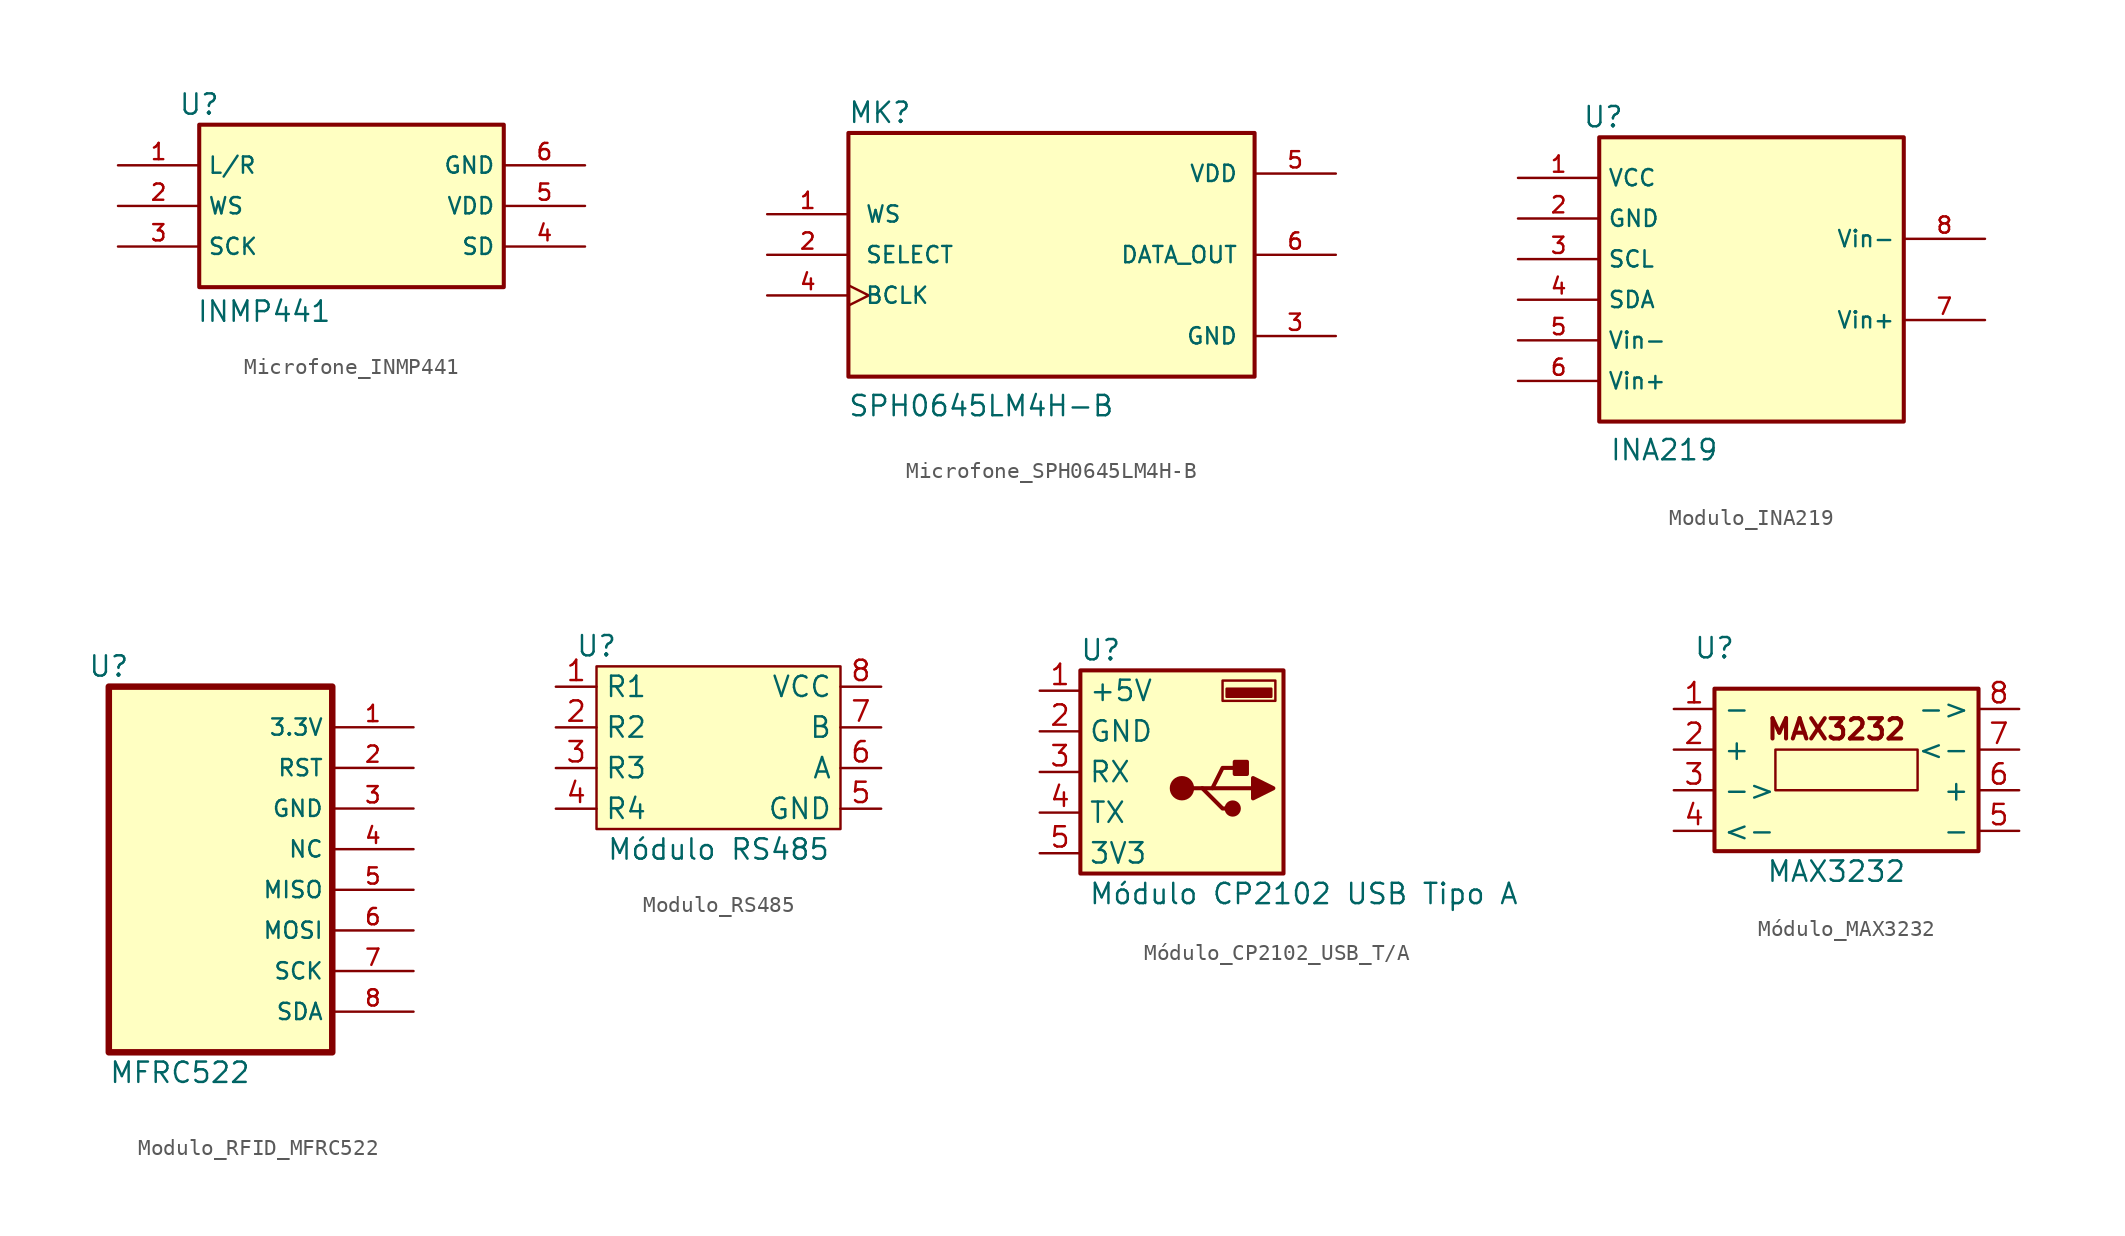
<source format=kicad_sym>
(kicad_symbol_lib
  (version 20231120)
  (generator "kicad_symbol_editor")
  (generator_version "8.0")
  (symbol "Microfone_INMP441"
    (property "Reference" "U"
      (at 0 0 0)
      (effects (font (size 1.27 1.27))))
    (property "Value" "INMP441"
      (at 4.064 -12.954 0)
      (effects (font (size 1.27 1.27))))
    (symbol "Microfone_INMP441_0_0"
      (rectangle (start 0 -1.27) (end 19.05 -11.43) (stroke (width 0.254) (type default)) (fill (type background))))
    (symbol "Microfone_INMP441_1_0"
      (pin bidirectional line (at -5.08 -3.81 0) (length 5.08) (name "L/R" (effects (font (size 1.016 1.016)))) (number "1" (effects (font (size 1.016 1.016)))))
      (pin bidirectional line (at -5.08 -6.35 0) (length 5.08) (name "WS" (effects (font (size 1.016 1.016)))) (number "2" (effects (font (size 1.016 1.016)))))
      (pin bidirectional line (at -5.08 -8.89 0) (length 5.08) (name "SCK" (effects (font (size 1.016 1.016)))) (number "3" (effects (font (size 1.016 1.016)))))
      (pin bidirectional line (at 24.13 -8.89 180) (length 5.08) (name "SD" (effects (font (size 1.016 1.016)))) (number "4" (effects (font (size 1.016 1.016)))))
      (pin power_in line (at 24.13 -6.35 180) (length 5.08) (name "VDD" (effects (font (size 1.016 1.016)))) (number "5" (effects (font (size 1.016 1.016)))))
      (pin power_out line (at 24.13 -3.81 180) (length 5.08) (name "GND" (effects (font (size 1.016 1.016)))) (number "6" (effects (font (size 1.016 1.016)))))))
  (symbol "Microfone_SPH0645LM4H-B"
    (pin_names
      (offset 1.016))
    (property "Reference" "MK"
      (at -12.74 8.147 0)
      (effects (font (size 1.27 1.27)) (justify left bottom)))
    (property "Value" "SPH0645LM4H-B"
      (at -12.747 -10.193 0)
      (effects (font (size 1.27 1.27)) (justify left bottom)))
    (symbol "Microfone_SPH0645LM4H-B_0_0"
      (rectangle (start -12.7 -7.62) (end 12.7 7.62) (stroke (width 0.254) (type default)) (fill (type background)))
      (pin input line (at -17.78 2.54 0) (length 5.08) (name "WS" (effects (font (size 1.016 1.016)))) (number "1" (effects (font (size 1.016 1.016)))))
      (pin input line (at -17.78 0 0) (length 5.08) (name "SELECT" (effects (font (size 1.016 1.016)))) (number "2" (effects (font (size 1.016 1.016)))))
      (pin power_in line (at 17.78 -5.08 180) (length 5.08) (name "GND" (effects (font (size 1.016 1.016)))) (number "3" (effects (font (size 1.016 1.016)))))
      (pin input clock (at -17.78 -2.54 0) (length 5.08) (name "BCLK" (effects (font (size 1.016 1.016)))) (number "4" (effects (font (size 1.016 1.016)))))
      (pin power_in line (at 17.78 5.08 180) (length 5.08) (name "VDD" (effects (font (size 1.016 1.016)))) (number "5" (effects (font (size 1.016 1.016)))))
      (pin output line (at 17.78 0 180) (length 5.08) (name "DATA_OUT" (effects (font (size 1.016 1.016)))) (number "6" (effects (font (size 1.016 1.016)))))))
  (symbol "Modulo_INA219"
    (property "Reference" "U"
      (at 1.524 0 0)
      (effects (font (size 1.27 1.27))))
    (property "Value" "INA219"
      (at 5.334 -20.828 0)
      (effects (font (size 1.27 1.27))))
    (symbol "Modulo_INA219_0_0"
      (rectangle (start 1.27 -1.27) (end 20.32 -19.05) (stroke (width 0.254) (type default)) (fill (type background))))
    (symbol "Modulo_INA219_1_0"
      (pin power_in line (at -3.81 -3.81 0) (length 5.08) (name "VCC" (effects (font (size 1.016 1.016)))) (number "1" (effects (font (size 1.016 1.016)))))
      (pin power_out line (at -3.81 -6.35 0) (length 5.08) (name "GND" (effects (font (size 1.016 1.016)))) (number "2" (effects (font (size 1.016 1.016)))))
      (pin bidirectional line (at -3.81 -8.89 0) (length 5.08) (name "SCL" (effects (font (size 1.016 1.016)))) (number "3" (effects (font (size 1.016 1.016)))))
      (pin bidirectional line (at -3.81 -11.43 0) (length 5.08) (name "SDA" (effects (font (size 1.016 1.016)))) (number "4" (effects (font (size 1.016 1.016)))))
      (pin output line (at -3.81 -13.97 0) (length 5.08) (name "Vin-" (effects (font (size 1.016 1.016)))) (number "5" (effects (font (size 1.016 1.016)))))
      (pin input line (at -3.81 -16.51 0) (length 5.08) (name "Vin+" (effects (font (size 1.016 1.016)))) (number "6" (effects (font (size 1.016 1.016)))))
      (pin input line (at 25.4 -12.7 180) (length 5.08) (name "Vin+" (effects (font (size 1.016 1.016)))) (number "7" (effects (font (size 1.016 1.016)))))
      (pin output line (at 25.4 -7.62 180) (length 5.08) (name "Vin-" (effects (font (size 1.016 1.016)))) (number "8" (effects (font (size 1.016 1.016)))))))
  (symbol "Modulo_RFID_MFRC522"
    (property "Reference" "U"
      (at 11.43 0 0)
      (effects (font (size 1.27 1.27))))
    (property "Value" "MFRC522"
      (at 15.875 -25.4 0)
      (effects (font (size 1.27 1.27))))
    (symbol "Modulo_RFID_MFRC522_0_0"
      (rectangle (start 11.43 -1.27) (end 25.4 -24.13) (stroke (width 0.406) (type default)) (fill (type background))))
    (symbol "Modulo_RFID_MFRC522_1_0"
      (pin power_in line (at 30.48 -3.81 180) (length 5.08) (name "3.3V" (effects (font (size 1.016 1.016)))) (number "1" (effects (font (size 1.016 1.016)))))
      (pin input line (at 30.48 -6.35 180) (length 5.08) (name "RST" (effects (font (size 1.016 1.016)))) (number "2" (effects (font (size 1.016 1.016)))))
      (pin power_out line (at 30.48 -8.89 180) (length 5.08) (name "GND" (effects (font (size 1.016 1.016)))) (number "3" (effects (font (size 1.016 1.016)))))
      (pin bidirectional line (at 30.48 -11.43 180) (length 5.08) (name "NC" (effects (font (size 1.016 1.016)))) (number "4" (effects (font (size 1.016 1.016)))))
      (pin bidirectional line (at 30.48 -13.97 180) (length 5.08) (name "MISO" (effects (font (size 1.016 1.016)))) (number "5" (effects (font (size 1.016 1.016)))))
      (pin bidirectional line (at 30.48 -16.51 180) (length 5.08) (name "MOSI" (effects (font (size 1.016 1.016)))) (number "6" (effects (font (size 1.016 1.016)))))
      (pin bidirectional line (at 30.48 -19.05 180) (length 5.08) (name "SCK" (effects (font (size 1.016 1.016)))) (number "7" (effects (font (size 1.016 1.016)))))
      (pin bidirectional line (at 30.48 -21.59 180) (length 5.08) (name "SDA" (effects (font (size 1.016 1.016)))) (number "8" (effects (font (size 1.016 1.016)))))))
  (symbol "Modulo_RS485"
    (property "Reference" "U"
      (at 0 0 0)
      (effects (font (size 1.27 1.27))))
    (property "Value" "Módulo RS485"
      (at 7.62 -12.7 0)
      (effects (font (size 1.27 1.27))))
    (symbol "Modulo_RS485_0_1"
      (rectangle (start 0 -1.27) (end 15.24 -11.43) (stroke (width 0) (type default)) (fill (type background))))
    (symbol "Modulo_RS485_1_1"
      (pin bidirectional line (at -2.54 -2.54 0) (length 2.54) (name "R1" (effects (font (size 1.27 1.27)))) (number "1" (effects (font (size 1.27 1.27)))))
      (pin bidirectional line (at -2.54 -5.08 0) (length 2.54) (name "R2" (effects (font (size 1.27 1.27)))) (number "2" (effects (font (size 1.27 1.27)))))
      (pin bidirectional line (at -2.54 -7.62 0) (length 2.54) (name "R3" (effects (font (size 1.27 1.27)))) (number "3" (effects (font (size 1.27 1.27)))))
      (pin bidirectional line (at -2.54 -10.16 0) (length 2.54) (name "R4" (effects (font (size 1.27 1.27)))) (number "4" (effects (font (size 1.27 1.27)))))
      (pin power_out line (at 17.78 -10.16 180) (length 2.54) (name "GND" (effects (font (size 1.27 1.27)))) (number "5" (effects (font (size 1.27 1.27)))))
      (pin bidirectional line (at 17.78 -7.62 180) (length 2.54) (name "A" (effects (font (size 1.27 1.27)))) (number "6" (effects (font (size 1.27 1.27)))))
      (pin bidirectional line (at 17.78 -5.08 180) (length 2.54) (name "B" (effects (font (size 1.27 1.27)))) (number "7" (effects (font (size 1.27 1.27)))))
      (pin power_in line (at 17.78 -2.54 180) (length 2.54) (name "VCC" (effects (font (size 1.27 1.27)))) (number "8" (effects (font (size 1.27 1.27)))))))
  (symbol "Módulo_CP2102_USB_T/A"
    (property "Reference" "U"
      (at 1.27 0 0)
      (effects (font (size 1.27 1.27))))
    (property "Value" "Módulo CP2102 USB Tipo A"
      (at 13.97 -15.24 0)
      (effects (font (size 1.27 1.27))))
    (symbol "Módulo_CP2102_USB_T/A_0_1"
      (rectangle (start 0 -1.27) (end 12.7 -13.97) (stroke (width 0.254) (type default)) (fill (type background)))
      (polyline (pts (xy 6.985 -8.636) (xy 7.62 -8.636) (xy 8.89 -9.906) (xy 9.525 -9.906)) (stroke (width 0.254) (type default)) (fill (type none)))
      (polyline (pts (xy 7.62 -8.636) (xy 8.255 -8.636) (xy 8.89 -7.366) (xy 10.16 -7.366)) (stroke (width 0.254) (type default)) (fill (type none)))
      (polyline (pts (xy 10.795 -9.271) (xy 10.795 -8.001) (xy 12.065 -8.636) (xy 10.795 -9.271)) (stroke (width 0.254) (type default)) (fill (type outline)))
      (circle (center 6.35 -8.636) (radius 0.635) (stroke (width 0.254) (type default)) (fill (type outline)))
      (circle (center 9.525 -9.906) (radius 0.381) (stroke (width 0.254) (type default)) (fill (type outline)))
      (rectangle (start 9.652 -6.985) (end 10.414 -7.747) (stroke (width 0.254) (type default)) (fill (type outline)))
      (rectangle (start 11.938 -2.413) (end 9.144 -2.921) (stroke (width 0) (type default)) (fill (type outline)))
      (rectangle (start 12.192 -1.905) (end 8.89 -3.175) (stroke (width 0) (type default)) (fill (type none))))
    (symbol "Módulo_CP2102_USB_T/A_1_1"
      (polyline (pts (xy 8.255 -8.636) (xy 10.795 -8.636)) (stroke (width 0.254) (type default)) (fill (type none)))
      (pin power_in line (at -2.54 -2.54 0) (length 2.54) (name "+5V" (effects (font (size 1.27 1.27)))) (number "1" (effects (font (size 1.27 1.27)))))
      (pin power_out line (at -2.54 -5.08 0) (length 2.54) (name "GND" (effects (font (size 1.27 1.27)))) (number "2" (effects (font (size 1.27 1.27)))))
      (pin input line (at -2.54 -7.62 0) (length 2.54) (name "RX" (effects (font (size 1.27 1.27)))) (number "3" (effects (font (size 1.27 1.27)))))
      (pin output line (at -2.54 -10.16 0) (length 2.54) (name "TX" (effects (font (size 1.27 1.27)))) (number "4" (effects (font (size 1.27 1.27)))))
      (pin power_in line (at -2.54 -12.7 0) (length 2.54) (name "3V3" (effects (font (size 1.27 1.27)))) (number "5" (effects (font (size 1.27 1.27)))))))
  (symbol "Módulo_MAX3232"
    (property "Reference" "U"
      (at 0 1.27 0)
      (effects (font (size 1.27 1.27))))
    (property "Value" "MAX3232"
      (at 7.62 -12.7 0)
      (effects (font (size 1.27 1.27))))
    (symbol "Módulo_MAX3232_0_1"
      (rectangle (start 0 -1.27) (end 16.51 -11.43) (stroke (width 0.254) (type default)) (fill (type background)))
      (rectangle (start 3.81 -5.08) (end 12.7 -7.62) (stroke (width 0) (type default)) (fill (type none))))
    (symbol "Módulo_MAX3232_1_1"
      (text "MAX3232" (at 7.62 -3.81 0) (effects (font (size 1.27 1.27) (bold yes))))
      (pin power_in line (at -2.54 -2.54 0) (length 2.54) (name "-" (effects (font (size 1.27 1.27)))) (number "1" (effects (font (size 1.27 1.27)))))
      (pin power_in line (at -2.54 -5.08 0) (length 2.54) (name "+" (effects (font (size 1.27 1.27)))) (number "2" (effects (font (size 1.27 1.27)))))
      (pin bidirectional line (at -2.54 -7.62 0) (length 2.54) (name "->" (effects (font (size 1.27 1.27)))) (number "3" (effects (font (size 1.27 1.27)))))
      (pin bidirectional line (at -2.54 -10.16 0) (length 2.54) (name "<-" (effects (font (size 1.27 1.27)))) (number "4" (effects (font (size 1.27 1.27)))))
      (pin power_in line (at 19.05 -10.16 180) (length 2.54) (name "-" (effects (font (size 1.27 1.27)))) (number "5" (effects (font (size 1.27 1.27)))))
      (pin power_in line (at 19.05 -7.62 180) (length 2.54) (name "+" (effects (font (size 1.27 1.27)))) (number "6" (effects (font (size 1.27 1.27)))))
      (pin bidirectional line (at 19.05 -5.08 180) (length 2.54) (name "<-" (effects (font (size 1.27 1.27)))) (number "7" (effects (font (size 1.27 1.27)))))
      (pin bidirectional line (at 19.05 -2.54 180) (length 2.54) (name "->" (effects (font (size 1.27 1.27)))) (number "8" (effects (font (size 1.27 1.27))))))))
</source>
